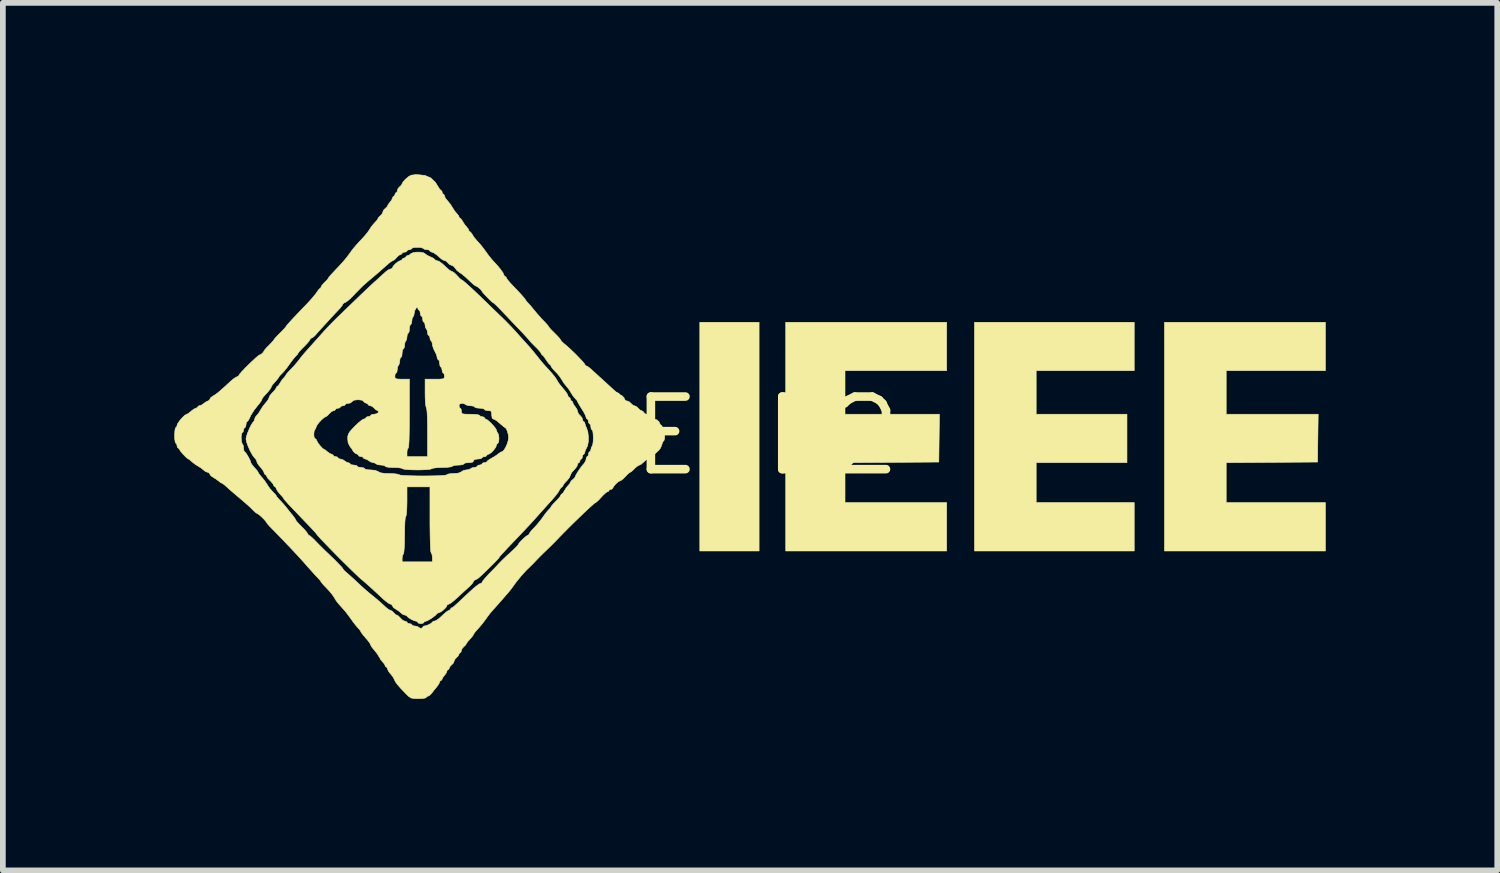
<source format=kicad_pcb>
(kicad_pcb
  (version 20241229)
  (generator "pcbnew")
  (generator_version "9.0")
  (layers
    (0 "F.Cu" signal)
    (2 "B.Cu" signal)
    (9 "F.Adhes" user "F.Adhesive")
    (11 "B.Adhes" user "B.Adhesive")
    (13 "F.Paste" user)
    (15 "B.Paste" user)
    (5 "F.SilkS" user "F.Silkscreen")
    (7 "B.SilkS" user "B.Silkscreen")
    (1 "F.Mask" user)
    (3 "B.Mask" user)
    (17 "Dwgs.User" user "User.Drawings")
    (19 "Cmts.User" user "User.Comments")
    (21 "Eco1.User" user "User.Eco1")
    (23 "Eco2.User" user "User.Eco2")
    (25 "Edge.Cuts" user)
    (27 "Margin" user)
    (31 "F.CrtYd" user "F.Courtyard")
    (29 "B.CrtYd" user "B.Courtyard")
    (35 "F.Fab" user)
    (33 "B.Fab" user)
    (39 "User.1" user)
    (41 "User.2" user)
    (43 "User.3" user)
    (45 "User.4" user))
  (footprint "IEEE2"
    (layer "F.Cu")
    (at 10.059 4.577)
    (property "Reference" "IEEE2" (at 0 0 0) (layer "F.SilkS") (effects (font (size 1.27 1.27) (thickness 0.15))))
    (attr through_hole)
    (fp_poly (pts (xy 0.169 2.011) (xy -0.868 2.011) (xy -0.868 -1.99) (xy 0.169 -1.99) (xy 0.169 2.011)) (stroke (width 0.01) (type solid)) (fill yes) (layer "F.SilkS"))
    (fp_poly (pts (xy 6.731 -1.143) (xy 5.016 -1.143) (xy 5.016 -0.381) (xy 6.604 -0.381) (xy 6.604 0.466) (xy 5.016 0.466) (xy 5.016 1.164) (xy 6.731 1.164) (xy 6.731 2.011) (xy 3.937 2.011) (xy 3.937 -1.99) (xy 6.731 -1.99) (xy 6.731 -1.143)) (stroke (width 0.01) (type solid)) (fill yes) (layer "F.SilkS"))
    (fp_poly (pts (xy 3.45 -1.143) (xy 1.672 -1.143) (xy 1.672 -0.381) (xy 3.324 -0.381) (xy 3.318 0.037) (xy 3.313 0.455) (xy 2.492 0.461) (xy 1.672 0.466) (xy 1.672 1.164) (xy 3.45 1.164) (xy 3.45 2.011) (xy 0.635 2.011) (xy 0.635 -1.99) (xy 3.45 -1.99) (xy 3.45 -1.143)) (stroke (width 0.01) (type solid)) (fill yes) (layer "F.SilkS"))
    (fp_poly (pts (xy 10.075 -1.143) (xy 8.34 -1.143) (xy 8.34 -0.381) (xy 9.949 -0.381) (xy 9.943 0.037) (xy 9.938 0.455) (xy 9.139 0.461) (xy 8.34 0.466) (xy 8.34 1.164) (xy 10.075 1.164) (xy 10.075 2.011) (xy 7.26 2.011) (xy 7.26 -1.99) (xy 10.075 -1.99) (xy 10.075 -1.143)) (stroke (width 0.01) (type solid)) (fill yes) (layer "F.SilkS"))
    (fp_poly (pts (xy -5.759 -3.216) (xy -5.701 -3.205) (xy -5.676 -3.19) (xy -5.642 -3.164) (xy -5.588 -3.137) (xy -5.578 -3.133) (xy -5.53 -3.11) (xy -5.505 -3.09) (xy -5.503 -3.086) (xy -5.486 -3.071) (xy -5.472 -3.069) (xy -5.431 -3.056) (xy -5.374 -3.015) (xy -5.295 -2.943) (xy -5.289 -2.937) (xy -5.244 -2.899) (xy -5.208 -2.879) (xy -5.202 -2.878) (xy -5.173 -2.863) (xy -5.131 -2.825) (xy -5.112 -2.804) (xy -5.071 -2.76) (xy -5.041 -2.734) (xy -5.033 -2.731) (xy -5.009 -2.716) (xy -4.956 -2.671) (xy -4.876 -2.599) (xy -4.769 -2.499) (xy -4.638 -2.372) (xy -4.603 -2.339) (xy -4.519 -2.257) (xy -4.432 -2.173) (xy -4.354 -2.098) (xy -4.315 -2.061) (xy -4.242 -1.988) (xy -4.159 -1.902) (xy -4.085 -1.822) (xy -4.019 -1.747) (xy -3.952 -1.673) (xy -3.899 -1.615) (xy -3.895 -1.61) (xy -3.837 -1.546) (xy -3.781 -1.479) (xy -3.764 -1.458) (xy -3.695 -1.372) (xy -3.646 -1.311) (xy -3.608 -1.266) (xy -3.573 -1.227) (xy -3.536 -1.186) (xy -3.535 -1.185) (xy -3.462 -1.105) (xy -3.413 -1.046) (xy -3.379 -0.998) (xy -3.365 -0.974) (xy -3.35 -0.947) (xy -3.331 -0.919) (xy -3.302 -0.882) (xy -3.255 -0.826) (xy -3.223 -0.787) (xy -3.19 -0.741) (xy -3.175 -0.706) (xy -3.175 -0.704) (xy -3.162 -0.679) (xy -3.154 -0.677) (xy -3.135 -0.66) (xy -3.133 -0.646) (xy -3.121 -0.617) (xy -3.111 -0.614) (xy -3.092 -0.597) (xy -3.09 -0.586) (xy -3.077 -0.551) (xy -3.048 -0.513) (xy -3.017 -0.467) (xy -3.006 -0.429) (xy -2.99 -0.387) (xy -2.963 -0.36) (xy -2.93 -0.322) (xy -2.921 -0.292) (xy -2.911 -0.26) (xy -2.9 -0.254) (xy -2.881 -0.237) (xy -2.879 -0.225) (xy -2.869 -0.186) (xy -2.847 -0.135) (xy -2.826 -0.07) (xy -2.817 0.013) (xy -2.818 0.098) (xy -2.831 0.169) (xy -2.846 0.202) (xy -2.871 0.25) (xy -2.878 0.28) (xy -2.889 0.312) (xy -2.9 0.318) (xy -2.917 0.335) (xy -2.921 0.36) (xy -2.93 0.394) (xy -2.942 0.402) (xy -2.961 0.419) (xy -2.963 0.434) (xy -2.975 0.462) (xy -2.985 0.466) (xy -3.003 0.483) (xy -3.006 0.5) (xy -3.02 0.535) (xy -3.056 0.58) (xy -3.069 0.593) (xy -3.11 0.639) (xy -3.131 0.68) (xy -3.133 0.688) (xy -3.147 0.724) (xy -3.184 0.771) (xy -3.196 0.783) (xy -3.236 0.826) (xy -3.258 0.859) (xy -3.26 0.866) (xy -3.272 0.888) (xy -3.277 0.889) (xy -3.298 0.906) (xy -3.325 0.946) (xy -3.325 0.947) (xy -3.343 0.979) (xy -3.368 1.014) (xy -3.404 1.059) (xy -3.457 1.12) (xy -3.534 1.205) (xy -3.535 1.206) (xy -3.584 1.261) (xy -3.65 1.334) (xy -3.719 1.412) (xy -3.736 1.431) (xy -3.809 1.512) (xy -3.897 1.607) (xy -3.986 1.701) (xy -4.022 1.739) (xy -4.141 1.863) (xy -4.234 1.961) (xy -4.301 2.033) (xy -4.347 2.083) (xy -4.373 2.114) (xy -4.381 2.128) (xy -4.381 2.128) (xy -4.396 2.147) (xy -4.433 2.187) (xy -4.487 2.242) (xy -4.551 2.305) (xy -4.616 2.368) (xy -4.675 2.425) (xy -4.722 2.468) (xy -4.738 2.482) (xy -4.779 2.509) (xy -4.805 2.519) (xy -4.825 2.536) (xy -4.827 2.545) (xy -4.842 2.572) (xy -4.881 2.616) (xy -4.924 2.656) (xy -4.994 2.719) (xy -5.073 2.792) (xy -5.127 2.842) (xy -5.185 2.892) (xy -5.233 2.928) (xy -5.262 2.942) (xy -5.263 2.942) (xy -5.289 2.956) (xy -5.292 2.966) (xy -5.307 2.996) (xy -5.345 3.035) (xy -5.39 3.071) (xy -5.427 3.09) (xy -5.433 3.09) (xy -5.461 3.102) (xy -5.465 3.106) (xy -5.49 3.134) (xy -5.537 3.171) (xy -5.592 3.207) (xy -5.64 3.233) (xy -5.661 3.239) (xy -5.69 3.25) (xy -5.694 3.26) (xy -5.712 3.276) (xy -5.747 3.281) (xy -5.787 3.274) (xy -5.8 3.26) (xy -5.817 3.241) (xy -5.83 3.239) (xy -5.867 3.229) (xy -5.916 3.206) (xy -5.962 3.178) (xy -5.988 3.154) (xy -5.99 3.149) (xy -6.008 3.135) (xy -6.025 3.133) (xy -6.066 3.118) (xy -6.094 3.095) (xy -6.138 3.058) (xy -6.186 3.028) (xy -6.227 2.999) (xy -6.244 2.97) (xy -6.244 2.97) (xy -6.261 2.945) (xy -6.275 2.942) (xy -6.306 2.929) (xy -6.356 2.893) (xy -6.404 2.852) (xy -6.476 2.785) (xy -6.557 2.711) (xy -6.604 2.667) (xy -6.673 2.605) (xy -6.743 2.544) (xy -6.785 2.508) (xy -6.829 2.47) (xy -6.892 2.41) (xy -6.971 2.334) (xy -7.06 2.246) (xy -7.155 2.152) (xy -7.168 2.139) (xy -6.075 2.139) (xy -6.075 2.201) (xy -5.546 2.201) (xy -5.546 2.128) (xy -5.551 2.076) (xy -5.565 2.044) (xy -5.567 2.043) (xy -5.574 2.017) (xy -5.579 1.952) (xy -5.583 1.85) (xy -5.586 1.714) (xy -5.588 1.545) (xy -5.588 1.459) (xy -5.588 0.889) (xy -5.99 0.889) (xy -5.99 1.142) (xy -5.992 1.247) (xy -5.997 1.332) (xy -6.004 1.388) (xy -6.011 1.408) (xy -6.02 1.433) (xy -6.026 1.496) (xy -6.03 1.589) (xy -6.032 1.707) (xy -6.032 1.736) (xy -6.034 1.859) (xy -6.038 1.958) (xy -6.044 2.027) (xy -6.052 2.062) (xy -6.054 2.064) (xy -6.069 2.092) (xy -6.075 2.139) (xy -7.168 2.139) (xy -7.251 2.055) (xy -7.342 1.962) (xy -7.425 1.876) (xy -7.495 1.803) (xy -7.546 1.747) (xy -7.574 1.713) (xy -7.578 1.706) (xy -7.591 1.689) (xy -7.629 1.648) (xy -7.685 1.588) (xy -7.754 1.516) (xy -7.763 1.507) (xy -7.89 1.374) (xy -7.99 1.269) (xy -8.064 1.191) (xy -8.113 1.136) (xy -8.141 1.103) (xy -8.149 1.09) (xy -8.162 1.069) (xy -8.196 1.031) (xy -8.213 1.013) (xy -8.252 0.965) (xy -8.274 0.927) (xy -8.276 0.918) (xy -8.289 0.892) (xy -8.297 0.889) (xy -8.318 0.873) (xy -8.319 0.866) (xy -8.333 0.838) (xy -8.368 0.796) (xy -8.382 0.783) (xy -8.422 0.741) (xy -8.444 0.707) (xy -8.445 0.701) (xy -8.46 0.678) (xy -8.467 0.677) (xy -8.485 0.66) (xy -8.488 0.645) (xy -8.502 0.611) (xy -8.536 0.564) (xy -8.551 0.547) (xy -8.591 0.499) (xy -8.613 0.459) (xy -8.615 0.449) (xy -8.63 0.411) (xy -8.654 0.383) (xy -8.69 0.337) (xy -8.731 0.264) (xy -8.768 0.182) (xy -8.796 0.104) (xy -8.806 0.049) (xy -8.797 0.004) (xy -8.781 -0.044) (xy -7.619 -0.044) (xy -7.618 0.004) (xy -7.608 0.037) (xy -7.6 0.042) (xy -7.578 0.06) (xy -7.568 0.082) (xy -7.548 0.12) (xy -7.513 0.166) (xy -7.475 0.208) (xy -7.446 0.231) (xy -7.44 0.233) (xy -7.417 0.246) (xy -7.382 0.275) (xy -7.34 0.306) (xy -7.309 0.318) (xy -7.284 0.33) (xy -7.281 0.339) (xy -7.264 0.356) (xy -7.239 0.36) (xy -7.205 0.369) (xy -7.197 0.381) (xy -7.179 0.398) (xy -7.156 0.402) (xy -7.107 0.417) (xy -7.083 0.434) (xy -7.042 0.46) (xy -7.018 0.466) (xy -6.989 0.477) (xy -6.985 0.487) (xy -6.967 0.502) (xy -6.922 0.508) (xy -6.921 0.508) (xy -6.877 0.514) (xy -6.858 0.529) (xy -6.858 0.529) (xy -6.84 0.544) (xy -6.795 0.55) (xy -6.795 0.55) (xy -6.75 0.556) (xy -6.731 0.571) (xy -6.731 0.572) (xy -6.712 0.584) (xy -6.663 0.591) (xy -6.627 0.593) (xy -6.547 0.6) (xy -6.496 0.62) (xy -6.491 0.624) (xy -6.454 0.643) (xy -6.388 0.653) (xy -6.3 0.656) (xy -6.222 0.659) (xy -6.161 0.666) (xy -6.129 0.676) (xy -6.128 0.677) (xy -6.102 0.685) (xy -6.038 0.691) (xy -5.94 0.695) (xy -5.812 0.698) (xy -5.703 0.699) (xy -5.55 0.697) (xy -5.43 0.694) (xy -5.346 0.689) (xy -5.3 0.682) (xy -5.292 0.677) (xy -5.273 0.666) (xy -5.223 0.658) (xy -5.178 0.656) (xy -5.09 0.649) (xy -5.041 0.628) (xy -5.038 0.624) (xy -4.998 0.601) (xy -4.952 0.593) (xy -4.904 0.586) (xy -4.879 0.572) (xy -4.85 0.555) (xy -4.814 0.55) (xy -4.775 0.543) (xy -4.763 0.529) (xy -4.745 0.512) (xy -4.72 0.508) (xy -4.686 0.499) (xy -4.678 0.487) (xy -4.66 0.47) (xy -4.636 0.466) (xy -4.601 0.459) (xy -4.593 0.449) (xy -4.576 0.43) (xy -4.534 0.402) (xy -4.514 0.391) (xy -4.452 0.355) (xy -4.401 0.319) (xy -4.393 0.312) (xy -4.354 0.284) (xy -4.329 0.275) (xy -4.302 0.257) (xy -4.27 0.21) (xy -4.241 0.148) (xy -4.22 0.082) (xy -4.212 0.031) (xy -4.219 -0.029) (xy -4.235 -0.088) (xy -4.256 -0.132) (xy -4.275 -0.148) (xy -4.296 -0.162) (xy -4.337 -0.196) (xy -4.367 -0.222) (xy -4.418 -0.265) (xy -4.461 -0.292) (xy -4.477 -0.296) (xy -4.5 -0.312) (xy -4.508 -0.364) (xy -4.508 -0.37) (xy -4.512 -0.42) (xy -4.53 -0.441) (xy -4.572 -0.445) (xy -4.617 -0.451) (xy -4.635 -0.465) (xy -4.636 -0.466) (xy -4.654 -0.479) (xy -4.701 -0.486) (xy -4.72 -0.487) (xy -4.773 -0.492) (xy -4.803 -0.503) (xy -4.805 -0.508) (xy -4.823 -0.522) (xy -4.869 -0.529) (xy -4.878 -0.529) (xy -4.93 -0.535) (xy -4.962 -0.548) (xy -4.964 -0.55) (xy -4.993 -0.567) (xy -5.028 -0.572) (xy -5.069 -0.561) (xy -5.08 -0.529) (xy -5.071 -0.495) (xy -5.059 -0.487) (xy -5.043 -0.469) (xy -5.038 -0.434) (xy -5.036 -0.407) (xy -5.024 -0.391) (xy -4.993 -0.384) (xy -4.935 -0.381) (xy -4.879 -0.381) (xy -4.799 -0.378) (xy -4.743 -0.371) (xy -4.72 -0.361) (xy -4.72 -0.36) (xy -4.702 -0.343) (xy -4.678 -0.339) (xy -4.643 -0.33) (xy -4.636 -0.318) (xy -4.619 -0.297) (xy -4.613 -0.296) (xy -4.583 -0.281) (xy -4.538 -0.243) (xy -4.49 -0.194) (xy -4.449 -0.145) (xy -4.426 -0.106) (xy -4.424 -0.097) (xy -4.411 -0.061) (xy -4.403 -0.053) (xy -4.389 -0.025) (xy -4.382 0.027) (xy -4.381 0.044) (xy -4.386 0.096) (xy -4.398 0.125) (xy -4.403 0.127) (xy -4.421 0.144) (xy -4.424 0.159) (xy -4.438 0.197) (xy -4.473 0.245) (xy -4.515 0.289) (xy -4.554 0.315) (xy -4.565 0.318) (xy -4.591 0.33) (xy -4.593 0.339) (xy -4.611 0.356) (xy -4.636 0.36) (xy -4.67 0.369) (xy -4.678 0.381) (xy -4.696 0.395) (xy -4.742 0.402) (xy -4.752 0.402) (xy -4.807 0.409) (xy -4.826 0.431) (xy -4.826 0.434) (xy -4.84 0.456) (xy -4.886 0.465) (xy -4.911 0.466) (xy -4.964 0.47) (xy -4.993 0.482) (xy -4.995 0.487) (xy -5.014 0.5) (xy -5.062 0.507) (xy -5.089 0.508) (xy -5.149 0.512) (xy -5.189 0.523) (xy -5.196 0.529) (xy -5.222 0.539) (xy -5.28 0.547) (xy -5.357 0.55) (xy -5.376 0.55) (xy -5.456 0.553) (xy -5.519 0.56) (xy -5.554 0.569) (xy -5.556 0.572) (xy -5.582 0.58) (xy -5.642 0.587) (xy -5.729 0.592) (xy -5.81 0.593) (xy -5.912 0.591) (xy -5.994 0.586) (xy -6.047 0.579) (xy -6.064 0.572) (xy -6.091 0.561) (xy -6.147 0.553) (xy -6.222 0.55) (xy -6.224 0.55) (xy -6.3 0.548) (xy -6.352 0.54) (xy -6.371 0.529) (xy -6.39 0.515) (xy -6.435 0.508) (xy -6.444 0.508) (xy -6.497 0.502) (xy -6.528 0.489) (xy -6.53 0.487) (xy -6.56 0.469) (xy -6.583 0.466) (xy -6.63 0.451) (xy -6.654 0.434) (xy -6.695 0.408) (xy -6.719 0.402) (xy -6.748 0.391) (xy -6.752 0.381) (xy -6.77 0.364) (xy -6.795 0.36) (xy -6.829 0.351) (xy -6.837 0.339) (xy -6.853 0.318) (xy -6.86 0.318) (xy -6.891 0.304) (xy -6.925 0.274) (xy -6.943 0.245) (xy -6.943 0.244) (xy -6.956 0.221) (xy -6.985 0.186) (xy -7.019 0.121) (xy -7.027 0.049) (xy -7.025 0.000399) (xy -7.012 -0.04) (xy -6.984 -0.083) (xy -6.933 -0.139) (xy -6.904 -0.169) (xy -6.842 -0.228) (xy -6.789 -0.272) (xy -6.752 -0.295) (xy -6.745 -0.296) (xy -6.715 -0.307) (xy -6.71 -0.318) (xy -6.692 -0.335) (xy -6.668 -0.339) (xy -6.633 -0.348) (xy -6.625 -0.36) (xy -6.607 -0.375) (xy -6.564 -0.381) (xy -6.514 -0.391) (xy -6.491 -0.413) (xy -6.493 -0.44) (xy -6.505 -0.445) (xy -6.536 -0.46) (xy -6.562 -0.487) (xy -6.6 -0.52) (xy -6.63 -0.529) (xy -6.662 -0.539) (xy -6.668 -0.55) (xy -6.685 -0.569) (xy -6.7 -0.572) (xy -6.735 -0.589) (xy -6.745 -0.603) (xy -6.775 -0.627) (xy -6.844 -0.635) (xy -6.847 -0.635) (xy -6.918 -0.627) (xy -6.95 -0.605) (xy -6.95 -0.603) (xy -6.979 -0.579) (xy -7.016 -0.572) (xy -7.056 -0.564) (xy -7.07 -0.55) (xy -7.087 -0.533) (xy -7.112 -0.529) (xy -7.146 -0.52) (xy -7.154 -0.508) (xy -7.172 -0.491) (xy -7.197 -0.487) (xy -7.231 -0.478) (xy -7.239 -0.466) (xy -7.256 -0.447) (xy -7.273 -0.445) (xy -7.309 -0.429) (xy -7.348 -0.392) (xy -7.349 -0.392) (xy -7.383 -0.355) (xy -7.41 -0.339) (xy -7.411 -0.339) (xy -7.44 -0.323) (xy -7.483 -0.286) (xy -7.528 -0.238) (xy -7.563 -0.192) (xy -7.578 -0.161) (xy -7.59 -0.124) (xy -7.599 -0.116) (xy -7.613 -0.09) (xy -7.619 -0.044) (xy -8.781 -0.044) (xy -8.775 -0.06) (xy -8.746 -0.13) (xy -8.714 -0.194) (xy -8.686 -0.238) (xy -8.673 -0.25) (xy -8.659 -0.275) (xy -8.657 -0.29) (xy -8.643 -0.33) (xy -8.62 -0.357) (xy -8.584 -0.401) (xy -8.551 -0.455) (xy -8.514 -0.514) (xy -8.467 -0.574) (xy -8.461 -0.58) (xy -8.424 -0.626) (xy -8.404 -0.665) (xy -8.403 -0.672) (xy -8.389 -0.705) (xy -8.353 -0.749) (xy -8.34 -0.762) (xy -8.3 -0.805) (xy -8.278 -0.838) (xy -8.276 -0.845) (xy -8.264 -0.867) (xy -8.259 -0.868) (xy -8.238 -0.885) (xy -8.211 -0.925) (xy -8.211 -0.926) (xy -8.177 -0.981) (xy -8.144 -1.018) (xy -8.118 -1.048) (xy -6.202 -1.048) (xy -6.199 -1.018) (xy -6.184 -1.003) (xy -6.148 -0.996) (xy -6.079 -0.995) (xy -6.075 -0.995) (xy -5.948 -0.995) (xy -5.948 -0.392) (xy -5.949 -0.198) (xy -5.951 -0.04) (xy -5.954 0.081) (xy -5.959 0.163) (xy -5.965 0.206) (xy -5.969 0.212) (xy -5.983 0.23) (xy -5.99 0.276) (xy -5.99 0.286) (xy -5.99 0.36) (xy -5.63 0.36) (xy -5.63 -0.062) (xy -5.631 -0.212) (xy -5.634 -0.335) (xy -5.639 -0.426) (xy -5.646 -0.481) (xy -5.652 -0.497) (xy -5.66 -0.523) (xy -5.667 -0.583) (xy -5.672 -0.67) (xy -5.673 -0.753) (xy -5.673 -0.995) (xy -5.503 -0.995) (xy -5.419 -0.995) (xy -5.369 -0.999) (xy -5.344 -1.008) (xy -5.335 -1.025) (xy -5.334 -1.048) (xy -5.341 -1.088) (xy -5.355 -1.101) (xy -5.371 -1.119) (xy -5.376 -1.154) (xy -5.384 -1.193) (xy -5.397 -1.206) (xy -5.412 -1.225) (xy -5.419 -1.269) (xy -5.419 -1.27) (xy -5.425 -1.315) (xy -5.44 -1.333) (xy -5.44 -1.333) (xy -5.459 -1.351) (xy -5.461 -1.366) (xy -5.47 -1.41) (xy -5.482 -1.44) (xy -5.51 -1.496) (xy -5.524 -1.524) (xy -5.542 -1.578) (xy -5.546 -1.607) (xy -5.555 -1.648) (xy -5.567 -1.662) (xy -5.585 -1.691) (xy -5.588 -1.716) (xy -5.597 -1.749) (xy -5.609 -1.757) (xy -5.625 -1.775) (xy -5.63 -1.809) (xy -5.638 -1.853) (xy -5.652 -1.873) (xy -5.668 -1.902) (xy -5.673 -1.938) (xy -5.68 -1.977) (xy -5.694 -1.99) (xy -5.71 -2.008) (xy -5.715 -2.043) (xy -5.722 -2.082) (xy -5.736 -2.095) (xy -5.752 -2.114) (xy -5.757 -2.148) (xy -5.765 -2.188) (xy -5.779 -2.201) (xy -5.797 -2.219) (xy -5.8 -2.235) (xy -5.803 -2.257) (xy -5.821 -2.246) (xy -5.831 -2.236) (xy -5.856 -2.191) (xy -5.863 -2.151) (xy -5.871 -2.106) (xy -5.884 -2.085) (xy -5.9 -2.056) (xy -5.905 -2.01) (xy -5.912 -1.966) (xy -5.927 -1.947) (xy -5.941 -1.929) (xy -5.948 -1.883) (xy -5.948 -1.873) (xy -5.953 -1.824) (xy -5.966 -1.8) (xy -5.969 -1.799) (xy -5.984 -1.781) (xy -5.99 -1.737) (xy -5.997 -1.688) (xy -6.011 -1.662) (xy -6.027 -1.633) (xy -6.032 -1.586) (xy -6.039 -1.542) (xy -6.054 -1.524) (xy -6.068 -1.505) (xy -6.075 -1.46) (xy -6.075 -1.45) (xy -6.08 -1.401) (xy -6.093 -1.376) (xy -6.096 -1.376) (xy -6.111 -1.357) (xy -6.117 -1.314) (xy -6.124 -1.265) (xy -6.138 -1.238) (xy -6.154 -1.21) (xy -6.16 -1.163) (xy -6.166 -1.119) (xy -6.181 -1.101) (xy -6.197 -1.083) (xy -6.202 -1.048) (xy -8.118 -1.048) (xy -8.115 -1.051) (xy -8.107 -1.068) (xy -8.093 -1.09) (xy -8.057 -1.13) (xy -8.027 -1.161) (xy -7.965 -1.226) (xy -7.904 -1.299) (xy -7.885 -1.322) (xy -7.852 -1.366) (xy -7.819 -1.407) (xy -7.779 -1.454) (xy -7.726 -1.514) (xy -7.652 -1.597) (xy -7.641 -1.609) (xy -7.59 -1.666) (xy -7.524 -1.74) (xy -7.457 -1.815) (xy -7.451 -1.822) (xy -7.376 -1.903) (xy -7.293 -1.989) (xy -7.221 -2.061) (xy -7.162 -2.117) (xy -7.083 -2.194) (xy -6.993 -2.281) (xy -6.902 -2.369) (xy -6.889 -2.381) (xy -6.797 -2.47) (xy -6.702 -2.56) (xy -6.616 -2.641) (xy -6.548 -2.704) (xy -6.541 -2.709) (xy -6.473 -2.771) (xy -6.411 -2.828) (xy -6.366 -2.869) (xy -6.361 -2.873) (xy -6.316 -2.907) (xy -6.278 -2.921) (xy -6.277 -2.921) (xy -6.248 -2.934) (xy -6.244 -2.945) (xy -6.228 -2.975) (xy -6.191 -3.014) (xy -6.145 -3.05) (xy -6.107 -3.068) (xy -6.101 -3.069) (xy -6.077 -3.083) (xy -6.075 -3.09) (xy -6.058 -3.109) (xy -6.043 -3.111) (xy -6.015 -3.123) (xy -6.011 -3.133) (xy -5.994 -3.152) (xy -5.982 -3.154) (xy -5.945 -3.169) (xy -5.927 -3.186) (xy -5.888 -3.206) (xy -5.827 -3.216) (xy -5.759 -3.216)) (stroke (width 0.01) (type solid)) (fill yes) (layer "F.SilkS"))
    (fp_poly (pts (xy -5.675 -4.558) (xy -5.574 -4.515) (xy -5.493 -4.437) (xy -5.442 -4.355) (xy -5.415 -4.314) (xy -5.394 -4.297) (xy -5.394 -4.297) (xy -5.378 -4.28) (xy -5.376 -4.265) (xy -5.365 -4.237) (xy -5.355 -4.233) (xy -5.337 -4.216) (xy -5.334 -4.201) (xy -5.32 -4.164) (xy -5.286 -4.12) (xy -5.281 -4.115) (xy -5.233 -4.057) (xy -5.193 -3.994) (xy -5.158 -3.938) (xy -5.121 -3.894) (xy -5.119 -3.892) (xy -5.089 -3.857) (xy -5.08 -3.834) (xy -5.068 -3.811) (xy -5.062 -3.81) (xy -5.041 -3.793) (xy -5.015 -3.753) (xy -5.015 -3.752) (xy -4.98 -3.697) (xy -4.948 -3.659) (xy -4.919 -3.623) (xy -4.911 -3.601) (xy -4.899 -3.578) (xy -4.893 -3.577) (xy -4.872 -3.56) (xy -4.845 -3.52) (xy -4.811 -3.468) (xy -4.762 -3.411) (xy -4.75 -3.399) (xy -4.701 -3.343) (xy -4.645 -3.272) (xy -4.613 -3.228) (xy -4.561 -3.156) (xy -4.506 -3.088) (xy -4.477 -3.056) (xy -4.406 -2.979) (xy -4.349 -2.909) (xy -4.31 -2.853) (xy -4.297 -2.82) (xy -4.283 -2.796) (xy -4.276 -2.794) (xy -4.255 -2.778) (xy -4.255 -2.772) (xy -4.241 -2.747) (xy -4.205 -2.702) (xy -4.165 -2.657) (xy -4.07 -2.558) (xy -3.995 -2.477) (xy -3.943 -2.418) (xy -3.918 -2.385) (xy -3.916 -2.38) (xy -3.902 -2.359) (xy -3.87 -2.323) (xy -3.868 -2.321) (xy -3.825 -2.274) (xy -3.775 -2.213) (xy -3.757 -2.191) (xy -3.704 -2.128) (xy -3.64 -2.056) (xy -3.604 -2.018) (xy -3.556 -1.968) (xy -3.523 -1.93) (xy -3.514 -1.915) (xy -3.5 -1.895) (xy -3.463 -1.854) (xy -3.411 -1.802) (xy -3.408 -1.799) (xy -3.355 -1.746) (xy -3.317 -1.703) (xy -3.302 -1.679) (xy -3.302 -1.679) (xy -3.286 -1.656) (xy -3.249 -1.62) (xy -3.234 -1.609) (xy -3.179 -1.562) (xy -3.114 -1.502) (xy -3.045 -1.436) (xy -2.981 -1.37) (xy -2.926 -1.312) (xy -2.89 -1.27) (xy -2.879 -1.25) (xy -2.862 -1.228) (xy -2.857 -1.228) (xy -2.827 -1.214) (xy -2.785 -1.182) (xy -2.783 -1.18) (xy -2.743 -1.143) (xy -2.682 -1.088) (xy -2.615 -1.027) (xy -2.603 -1.016) (xy -2.526 -0.946) (xy -2.445 -0.872) (xy -2.379 -0.811) (xy -2.377 -0.81) (xy -2.323 -0.763) (xy -2.28 -0.73) (xy -2.26 -0.72) (xy -2.227 -0.704) (xy -2.194 -0.669) (xy -2.18 -0.637) (xy -2.163 -0.617) (xy -2.143 -0.614) (xy -2.102 -0.598) (xy -2.074 -0.572) (xy -2.038 -0.539) (xy -2.011 -0.529) (xy -1.974 -0.513) (xy -1.947 -0.487) (xy -1.913 -0.454) (xy -1.889 -0.445) (xy -1.858 -0.427) (xy -1.849 -0.413) (xy -1.82 -0.386) (xy -1.797 -0.381) (xy -1.764 -0.372) (xy -1.757 -0.36) (xy -1.74 -0.341) (xy -1.725 -0.339) (xy -1.697 -0.327) (xy -1.693 -0.318) (xy -1.676 -0.299) (xy -1.66 -0.296) (xy -1.617 -0.281) (xy -1.58 -0.246) (xy -1.566 -0.213) (xy -1.551 -0.191) (xy -1.545 -0.191) (xy -1.528 -0.173) (xy -1.524 -0.148) (xy -1.515 -0.114) (xy -1.503 -0.106) (xy -1.49 -0.087) (xy -1.483 -0.039) (xy -1.482 -0.011) (xy -1.485 0.046) (xy -1.495 0.08) (xy -1.5 0.085) (xy -1.517 0.103) (xy -1.531 0.147) (xy -1.531 0.148) (xy -1.554 0.207) (xy -1.584 0.248) (xy -1.654 0.311) (xy -1.708 0.349) (xy -1.736 0.36) (xy -1.756 0.376) (xy -1.757 0.381) (xy -1.773 0.401) (xy -1.779 0.402) (xy -1.807 0.416) (xy -1.846 0.451) (xy -1.85 0.455) (xy -1.891 0.491) (xy -1.923 0.508) (xy -1.925 0.508) (xy -1.955 0.522) (xy -1.998 0.558) (xy -2.011 0.572) (xy -2.052 0.611) (xy -2.083 0.633) (xy -2.088 0.635) (xy -2.112 0.65) (xy -2.15 0.687) (xy -2.17 0.709) (xy -2.214 0.753) (xy -2.251 0.78) (xy -2.262 0.783) (xy -2.293 0.798) (xy -2.334 0.834) (xy -2.371 0.876) (xy -2.391 0.911) (xy -2.392 0.915) (xy -2.409 0.93) (xy -2.424 0.931) (xy -2.452 0.943) (xy -2.455 0.953) (xy -2.472 0.973) (xy -2.482 0.974) (xy -2.509 0.989) (xy -2.552 1.028) (xy -2.591 1.069) (xy -2.638 1.12) (xy -2.675 1.154) (xy -2.691 1.164) (xy -2.713 1.178) (xy -2.758 1.218) (xy -2.823 1.277) (xy -2.903 1.352) (xy -2.991 1.437) (xy -3.084 1.527) (xy -3.175 1.617) (xy -3.26 1.703) (xy -3.334 1.779) (xy -3.346 1.792) (xy -3.398 1.846) (xy -3.468 1.916) (xy -3.542 1.988) (xy -3.558 2.003) (xy -3.627 2.07) (xy -3.691 2.134) (xy -3.739 2.184) (xy -3.748 2.194) (xy -3.795 2.243) (xy -3.835 2.282) (xy -3.839 2.286) (xy -3.91 2.355) (xy -3.99 2.444) (xy -4.065 2.535) (xy -4.102 2.584) (xy -4.151 2.652) (xy -4.202 2.718) (xy -4.222 2.741) (xy -4.303 2.835) (xy -4.38 2.923) (xy -4.446 2.997) (xy -4.493 3.049) (xy -4.499 3.055) (xy -4.536 3.1) (xy -4.583 3.161) (xy -4.607 3.196) (xy -4.663 3.271) (xy -4.726 3.347) (xy -4.749 3.372) (xy -4.793 3.421) (xy -4.82 3.458) (xy -4.826 3.47) (xy -4.839 3.494) (xy -4.873 3.535) (xy -4.889 3.553) (xy -4.928 3.597) (xy -4.951 3.629) (xy -4.953 3.636) (xy -4.968 3.66) (xy -4.995 3.683) (xy -5.028 3.721) (xy -5.038 3.751) (xy -5.048 3.783) (xy -5.059 3.789) (xy -5.078 3.806) (xy -5.08 3.816) (xy -5.096 3.848) (xy -5.122 3.873) (xy -5.155 3.91) (xy -5.165 3.937) (xy -5.18 3.974) (xy -5.207 4) (xy -5.24 4.034) (xy -5.249 4.058) (xy -5.262 4.083) (xy -5.271 4.085) (xy -5.29 4.102) (xy -5.292 4.113) (xy -5.305 4.148) (xy -5.334 4.186) (xy -5.365 4.226) (xy -5.376 4.254) (xy -5.392 4.275) (xy -5.397 4.276) (xy -5.417 4.292) (xy -5.419 4.302) (xy -5.432 4.335) (xy -5.463 4.38) (xy -5.468 4.386) (xy -5.515 4.443) (xy -5.557 4.497) (xy -5.593 4.535) (xy -5.624 4.551) (xy -5.625 4.551) (xy -5.65 4.564) (xy -5.652 4.572) (xy -5.671 4.583) (xy -5.722 4.591) (xy -5.789 4.593) (xy -5.864 4.592) (xy -5.914 4.583) (xy -5.954 4.56) (xy -6 4.517) (xy -6.016 4.5) (xy -6.097 4.416) (xy -6.152 4.353) (xy -6.187 4.307) (xy -6.207 4.269) (xy -6.212 4.257) (xy -6.237 4.21) (xy -6.277 4.16) (xy -6.278 4.16) (xy -6.313 4.115) (xy -6.329 4.078) (xy -6.329 4.076) (xy -6.34 4.047) (xy -6.35 4.043) (xy -6.37 4.026) (xy -6.371 4.019) (xy -6.385 3.987) (xy -6.408 3.961) (xy -6.445 3.917) (xy -6.477 3.863) (xy -6.514 3.804) (xy -6.562 3.744) (xy -6.567 3.738) (xy -6.604 3.693) (xy -6.624 3.658) (xy -6.625 3.653) (xy -6.638 3.625) (xy -6.673 3.578) (xy -6.71 3.535) (xy -6.755 3.482) (xy -6.786 3.442) (xy -6.795 3.426) (xy -6.808 3.401) (xy -6.841 3.363) (xy -6.843 3.361) (xy -6.882 3.316) (xy -6.931 3.253) (xy -6.962 3.209) (xy -7.016 3.135) (xy -7.071 3.064) (xy -7.141 2.985) (xy -7.186 2.935) (xy -7.228 2.881) (xy -7.26 2.828) (xy -7.292 2.78) (xy -7.342 2.718) (xy -7.392 2.664) (xy -7.443 2.611) (xy -7.479 2.57) (xy -7.493 2.55) (xy -7.493 2.55) (xy -7.506 2.529) (xy -7.54 2.49) (xy -7.562 2.467) (xy -7.61 2.416) (xy -7.672 2.347) (xy -7.738 2.273) (xy -7.747 2.262) (xy -7.821 2.179) (xy -7.916 2.075) (xy -8.024 1.96) (xy -8.137 1.841) (xy -8.245 1.729) (xy -8.341 1.631) (xy -8.345 1.627) (xy -8.396 1.575) (xy -8.432 1.534) (xy -8.445 1.514) (xy -8.46 1.491) (xy -8.495 1.452) (xy -8.539 1.409) (xy -8.581 1.373) (xy -8.608 1.355) (xy -8.611 1.355) (xy -8.636 1.34) (xy -8.674 1.305) (xy -8.683 1.296) (xy -8.708 1.27) (xy -8.737 1.242) (xy -8.777 1.206) (xy -8.833 1.157) (xy -8.91 1.091) (xy -9.012 1.005) (xy -9.075 0.951) (xy -9.137 0.895) (xy -9.149 0.884) (xy -9.192 0.847) (xy -9.222 0.827) (xy -9.226 0.826) (xy -9.252 0.813) (xy -9.283 0.788) (xy -9.333 0.751) (xy -9.382 0.721) (xy -9.423 0.692) (xy -9.44 0.663) (xy -9.44 0.663) (xy -9.458 0.639) (xy -9.475 0.635) (xy -9.516 0.62) (xy -9.544 0.598) (xy -9.588 0.561) (xy -9.638 0.53) (xy -9.699 0.492) (xy -9.75 0.451) (xy -9.788 0.418) (xy -9.812 0.402) (xy -9.813 0.402) (xy -9.835 0.388) (xy -9.874 0.352) (xy -9.916 0.307) (xy -9.952 0.264) (xy -9.969 0.236) (xy -9.97 0.234) (xy -9.985 0.212) (xy -9.991 0.212) (xy -10.008 0.194) (xy -10.012 0.169) (xy -10.021 0.135) (xy -10.033 0.127) (xy -10.044 0.108) (xy -10.052 0.056) (xy -10.053 0.031) (xy -8.89 0.031) (xy -8.886 0.09) (xy -8.875 0.13) (xy -8.869 0.138) (xy -8.854 0.166) (xy -8.848 0.213) (xy -8.843 0.257) (xy -8.83 0.275) (xy -8.812 0.292) (xy -8.784 0.334) (xy -8.754 0.386) (xy -8.73 0.436) (xy -8.721 0.468) (xy -8.707 0.494) (xy -8.673 0.536) (xy -8.657 0.554) (xy -8.618 0.598) (xy -8.596 0.629) (xy -8.594 0.635) (xy -8.581 0.659) (xy -8.548 0.701) (xy -8.529 0.722) (xy -8.48 0.782) (xy -8.439 0.843) (xy -8.431 0.857) (xy -8.391 0.916) (xy -8.34 0.973) (xy -8.337 0.977) (xy -8.298 1.016) (xy -8.277 1.043) (xy -8.276 1.046) (xy -8.263 1.068) (xy -8.228 1.108) (xy -8.207 1.129) (xy -8.15 1.191) (xy -8.096 1.256) (xy -8.086 1.269) (xy -8.038 1.33) (xy -7.99 1.388) (xy -7.985 1.395) (xy -7.953 1.437) (xy -7.938 1.465) (xy -7.938 1.467) (xy -7.923 1.49) (xy -7.886 1.532) (xy -7.834 1.585) (xy -7.832 1.587) (xy -7.779 1.642) (xy -7.741 1.687) (xy -7.726 1.713) (xy -7.726 1.713) (xy -7.712 1.735) (xy -7.706 1.736) (xy -7.682 1.75) (xy -7.64 1.787) (xy -7.595 1.832) (xy -7.534 1.895) (xy -7.475 1.954) (xy -7.443 1.986) (xy -7.334 2.09) (xy -7.242 2.179) (xy -7.173 2.25) (xy -7.128 2.298) (xy -7.111 2.322) (xy -7.111 2.322) (xy -7.096 2.345) (xy -7.058 2.381) (xy -7.045 2.392) (xy -6.998 2.433) (xy -6.933 2.491) (xy -6.864 2.555) (xy -6.858 2.561) (xy -6.787 2.627) (xy -6.716 2.691) (xy -6.659 2.739) (xy -6.657 2.741) (xy -6.555 2.824) (xy -6.476 2.891) (xy -6.41 2.95) (xy -6.38 2.979) (xy -6.332 3.02) (xy -6.292 3.045) (xy -6.281 3.048) (xy -6.248 3.064) (xy -6.223 3.09) (xy -6.191 3.123) (xy -6.168 3.133) (xy -6.14 3.148) (xy -6.105 3.185) (xy -6.105 3.186) (xy -6.065 3.223) (xy -6.027 3.239) (xy -5.996 3.248) (xy -5.99 3.26) (xy -5.972 3.277) (xy -5.948 3.281) (xy -5.913 3.29) (xy -5.905 3.302) (xy -5.887 3.318) (xy -5.854 3.323) (xy -5.809 3.331) (xy -5.789 3.344) (xy -5.758 3.364) (xy -5.746 3.365) (xy -5.718 3.354) (xy -5.715 3.344) (xy -5.698 3.325) (xy -5.687 3.323) (xy -5.648 3.315) (xy -5.6 3.295) (xy -5.56 3.271) (xy -5.546 3.254) (xy -5.528 3.24) (xy -5.513 3.239) (xy -5.476 3.225) (xy -5.43 3.193) (xy -5.428 3.191) (xy -5.372 3.14) (xy -5.324 3.096) (xy -5.282 3.063) (xy -5.251 3.048) (xy -5.25 3.048) (xy -5.229 3.032) (xy -5.228 3.027) (xy -5.214 3.006) (xy -5.209 3.006) (xy -5.201 3.004) (xy -5.187 2.996) (xy -5.164 2.977) (xy -5.128 2.945) (xy -5.074 2.896) (xy -4.999 2.825) (xy -4.898 2.73) (xy -4.881 2.715) (xy -4.816 2.656) (xy -4.759 2.611) (xy -4.72 2.585) (xy -4.71 2.582) (xy -4.681 2.571) (xy -4.678 2.561) (xy -4.664 2.536) (xy -4.627 2.491) (xy -4.576 2.434) (xy -4.567 2.424) (xy -4.499 2.354) (xy -4.43 2.283) (xy -4.38 2.229) (xy -4.326 2.174) (xy -4.255 2.106) (xy -4.181 2.038) (xy -4.174 2.032) (xy -4.114 1.976) (xy -4.069 1.931) (xy -4.045 1.903) (xy -4.044 1.899) (xy -4.028 1.873) (xy -3.992 1.832) (xy -3.946 1.788) (xy -3.904 1.752) (xy -3.875 1.736) (xy -3.874 1.736) (xy -3.853 1.719) (xy -3.852 1.713) (xy -3.838 1.686) (xy -3.802 1.643) (xy -3.772 1.612) (xy -3.713 1.548) (xy -3.65 1.47) (xy -3.62 1.429) (xy -3.574 1.365) (xy -3.532 1.312) (xy -3.51 1.289) (xy -3.48 1.257) (xy -3.471 1.239) (xy -3.457 1.218) (xy -3.421 1.177) (xy -3.387 1.143) (xy -3.34 1.094) (xy -3.309 1.055) (xy -3.302 1.039) (xy -3.289 1.017) (xy -3.284 1.016) (xy -3.263 0.999) (xy -3.237 0.959) (xy -3.237 0.958) (xy -3.202 0.903) (xy -3.17 0.865) (xy -3.141 0.831) (xy -3.133 0.812) (xy -3.117 0.786) (xy -3.09 0.762) (xy -3.058 0.732) (xy -3.048 0.715) (xy -3.036 0.685) (xy -3.007 0.635) (xy -2.968 0.576) (xy -2.928 0.522) (xy -2.896 0.485) (xy -2.895 0.484) (xy -2.865 0.439) (xy -2.857 0.405) (xy -2.849 0.369) (xy -2.836 0.36) (xy -2.819 0.342) (xy -2.815 0.318) (xy -2.806 0.283) (xy -2.794 0.275) (xy -2.777 0.257) (xy -2.773 0.234) (xy -2.763 0.194) (xy -2.752 0.18) (xy -2.741 0.153) (xy -2.733 0.097) (xy -2.731 0.031) (xy -2.734 -0.041) (xy -2.741 -0.09) (xy -2.752 -0.106) (xy -2.768 -0.124) (xy -2.773 -0.159) (xy -2.78 -0.199) (xy -2.794 -0.212) (xy -2.811 -0.229) (xy -2.815 -0.254) (xy -2.824 -0.288) (xy -2.836 -0.296) (xy -2.855 -0.314) (xy -2.857 -0.33) (xy -2.869 -0.364) (xy -2.898 -0.42) (xy -2.932 -0.475) (xy -2.97 -0.535) (xy -2.997 -0.582) (xy -3.006 -0.603) (xy -3.02 -0.628) (xy -3.045 -0.654) (xy -3.082 -0.697) (xy -3.118 -0.753) (xy -3.119 -0.756) (xy -3.158 -0.818) (xy -3.202 -0.872) (xy -3.247 -0.928) (xy -3.281 -0.984) (xy -3.315 -1.037) (xy -3.366 -1.099) (xy -3.392 -1.125) (xy -3.437 -1.174) (xy -3.466 -1.212) (xy -3.471 -1.226) (xy -3.483 -1.248) (xy -3.488 -1.249) (xy -3.507 -1.265) (xy -3.539 -1.307) (xy -3.556 -1.333) (xy -3.59 -1.383) (xy -3.617 -1.414) (xy -3.624 -1.418) (xy -3.64 -1.435) (xy -3.641 -1.441) (xy -3.655 -1.466) (xy -3.692 -1.51) (xy -3.745 -1.564) (xy -3.747 -1.566) (xy -3.799 -1.618) (xy -3.837 -1.658) (xy -3.852 -1.677) (xy -3.852 -1.677) (xy -3.866 -1.694) (xy -3.904 -1.736) (xy -3.96 -1.797) (xy -4.029 -1.87) (xy -4.044 -1.885) (xy -4.129 -1.974) (xy -4.216 -2.066) (xy -4.295 -2.149) (xy -4.35 -2.207) (xy -4.405 -2.264) (xy -4.449 -2.306) (xy -4.474 -2.327) (xy -4.477 -2.328) (xy -4.498 -2.342) (xy -4.537 -2.378) (xy -4.584 -2.425) (xy -4.63 -2.473) (xy -4.665 -2.512) (xy -4.678 -2.532) (xy -4.693 -2.556) (xy -4.728 -2.588) (xy -4.765 -2.616) (xy -4.787 -2.625) (xy -4.81 -2.639) (xy -4.853 -2.675) (xy -4.906 -2.725) (xy -4.967 -2.782) (xy -5.025 -2.83) (xy -5.062 -2.855) (xy -5.114 -2.894) (xy -5.145 -2.934) (xy -5.176 -2.972) (xy -5.206 -2.985) (xy -5.244 -3) (xy -5.271 -3.027) (xy -5.305 -3.06) (xy -5.33 -3.069) (xy -5.369 -3.083) (xy -5.386 -3.096) (xy -5.463 -3.164) (xy -5.523 -3.206) (xy -5.556 -3.217) (xy -5.584 -3.229) (xy -5.588 -3.239) (xy -5.606 -3.255) (xy -5.64 -3.26) (xy -5.684 -3.267) (xy -5.704 -3.281) (xy -5.731 -3.294) (xy -5.78 -3.301) (xy -5.835 -3.301) (xy -5.882 -3.295) (xy -5.905 -3.283) (xy -5.905 -3.281) (xy -5.923 -3.264) (xy -5.948 -3.26) (xy -5.982 -3.251) (xy -5.99 -3.239) (xy -6.008 -3.221) (xy -6.032 -3.217) (xy -6.067 -3.208) (xy -6.075 -3.196) (xy -6.092 -3.177) (xy -6.104 -3.175) (xy -6.136 -3.159) (xy -6.172 -3.122) (xy -6.207 -3.085) (xy -6.234 -3.069) (xy -6.234 -3.069) (xy -6.262 -3.056) (xy -6.308 -3.022) (xy -6.333 -3) (xy -6.486 -2.864) (xy -6.613 -2.756) (xy -6.657 -2.72) (xy -6.765 -2.625) (xy -6.886 -2.503) (xy -6.924 -2.462) (xy -6.99 -2.396) (xy -7.047 -2.349) (xy -7.087 -2.329) (xy -7.091 -2.328) (xy -7.111 -2.312) (xy -7.112 -2.307) (xy -7.126 -2.281) (xy -7.161 -2.236) (xy -7.202 -2.192) (xy -7.262 -2.129) (xy -7.337 -2.048) (xy -7.418 -1.96) (xy -7.496 -1.874) (xy -7.561 -1.802) (xy -7.595 -1.762) (xy -7.632 -1.728) (xy -7.66 -1.714) (xy -7.682 -1.699) (xy -7.684 -1.692) (xy -7.698 -1.667) (xy -7.735 -1.622) (xy -7.787 -1.568) (xy -7.789 -1.566) (xy -7.842 -1.513) (xy -7.88 -1.471) (xy -7.895 -1.449) (xy -7.895 -1.448) (xy -7.909 -1.425) (xy -7.934 -1.399) (xy -7.966 -1.363) (xy -8.011 -1.306) (xy -8.044 -1.259) (xy -8.094 -1.19) (xy -8.146 -1.127) (xy -8.174 -1.097) (xy -8.213 -1.058) (xy -8.233 -1.032) (xy -8.234 -1.028) (xy -8.247 -1.007) (xy -8.281 -0.967) (xy -8.297 -0.949) (xy -8.336 -0.905) (xy -8.359 -0.872) (xy -8.361 -0.865) (xy -8.376 -0.832) (xy -8.418 -0.777) (xy -8.483 -0.707) (xy -8.516 -0.667) (xy -8.53 -0.637) (xy -8.53 -0.637) (xy -8.543 -0.609) (xy -8.576 -0.564) (xy -8.597 -0.539) (xy -8.665 -0.453) (xy -8.721 -0.364) (xy -8.755 -0.291) (xy -8.775 -0.26) (xy -8.787 -0.254) (xy -8.801 -0.236) (xy -8.805 -0.201) (xy -8.813 -0.161) (xy -8.826 -0.148) (xy -8.844 -0.13) (xy -8.848 -0.106) (xy -8.857 -0.071) (xy -8.869 -0.064) (xy -8.882 -0.045) (xy -8.889 0.003) (xy -8.89 0.031) (xy -10.053 0.031) (xy -10.054 -0.011) (xy -10.051 -0.082) (xy -10.043 -0.132) (xy -10.033 -0.148) (xy -10.016 -0.166) (xy -10.012 -0.188) (xy -9.998 -0.223) (xy -9.963 -0.271) (xy -9.919 -0.322) (xy -9.876 -0.363) (xy -9.843 -0.381) (xy -9.841 -0.381) (xy -9.815 -0.394) (xy -9.774 -0.427) (xy -9.766 -0.434) (xy -9.721 -0.469) (xy -9.685 -0.486) (xy -9.681 -0.487) (xy -9.655 -0.499) (xy -9.652 -0.508) (xy -9.635 -0.527) (xy -9.619 -0.529) (xy -9.581 -0.543) (xy -9.541 -0.572) (xy -9.499 -0.602) (xy -9.468 -0.614) (xy -9.443 -0.631) (xy -9.44 -0.642) (xy -9.423 -0.671) (xy -9.383 -0.7) (xy -9.347 -0.722) (xy -9.304 -0.753) (xy -9.249 -0.799) (xy -9.176 -0.864) (xy -9.086 -0.947) (xy -9.031 -0.995) (xy -8.984 -1.027) (xy -8.961 -1.037) (xy -8.935 -1.05) (xy -8.932 -1.059) (xy -8.918 -1.082) (xy -8.88 -1.126) (xy -8.825 -1.184) (xy -8.761 -1.248) (xy -8.696 -1.31) (xy -8.637 -1.365) (xy -8.592 -1.403) (xy -8.568 -1.418) (xy -8.568 -1.418) (xy -8.538 -1.432) (xy -8.505 -1.463) (xy -8.488 -1.491) (xy -8.488 -1.492) (xy -8.474 -1.513) (xy -8.438 -1.553) (xy -8.403 -1.587) (xy -8.357 -1.635) (xy -8.326 -1.67) (xy -8.319 -1.682) (xy -8.304 -1.703) (xy -8.267 -1.744) (xy -8.215 -1.797) (xy -8.213 -1.799) (xy -8.16 -1.852) (xy -8.122 -1.893) (xy -8.107 -1.914) (xy -8.107 -1.914) (xy -8.095 -1.932) (xy -8.059 -1.974) (xy -7.998 -2.041) (xy -7.909 -2.135) (xy -7.792 -2.257) (xy -7.755 -2.295) (xy -7.686 -2.369) (xy -7.625 -2.439) (xy -7.58 -2.495) (xy -7.565 -2.517) (xy -7.535 -2.56) (xy -7.512 -2.582) (xy -7.51 -2.582) (xy -7.494 -2.599) (xy -7.493 -2.606) (xy -7.479 -2.634) (xy -7.443 -2.675) (xy -7.429 -2.688) (xy -7.39 -2.728) (xy -7.368 -2.756) (xy -7.366 -2.761) (xy -7.352 -2.782) (xy -7.317 -2.823) (xy -7.276 -2.867) (xy -7.175 -2.974) (xy -7.098 -3.059) (xy -7.04 -3.129) (xy -6.994 -3.191) (xy -6.981 -3.21) (xy -6.938 -3.268) (xy -6.877 -3.341) (xy -6.81 -3.414) (xy -6.801 -3.422) (xy -6.739 -3.49) (xy -6.685 -3.554) (xy -6.65 -3.603) (xy -6.646 -3.61) (xy -6.608 -3.669) (xy -6.559 -3.726) (xy -6.556 -3.729) (xy -6.519 -3.769) (xy -6.499 -3.799) (xy -6.498 -3.803) (xy -6.483 -3.829) (xy -6.456 -3.852) (xy -6.423 -3.888) (xy -6.413 -3.916) (xy -6.398 -3.953) (xy -6.371 -3.979) (xy -6.339 -4.009) (xy -6.329 -4.027) (xy -6.316 -4.054) (xy -6.287 -4.09) (xy -6.256 -4.132) (xy -6.244 -4.163) (xy -6.231 -4.189) (xy -6.223 -4.191) (xy -6.204 -4.208) (xy -6.202 -4.223) (xy -6.19 -4.251) (xy -6.181 -4.255) (xy -6.163 -4.272) (xy -6.16 -4.292) (xy -6.144 -4.333) (xy -6.117 -4.36) (xy -6.084 -4.393) (xy -6.075 -4.415) (xy -6.06 -4.442) (xy -6.024 -4.484) (xy -6.001 -4.505) (xy -5.953 -4.544) (xy -5.908 -4.564) (xy -5.847 -4.571) (xy -5.803 -4.572) (xy -5.675 -4.558)) (stroke (width 0.01) (type solid)) (fill yes) (layer "F.SilkS")))
  (gr_rect
    (start -3 -3)
    (end 23.14 12.175)
    (stroke (width 0.1) (type default))
    (fill no)
    (layer "Edge.Cuts")))
</source>
